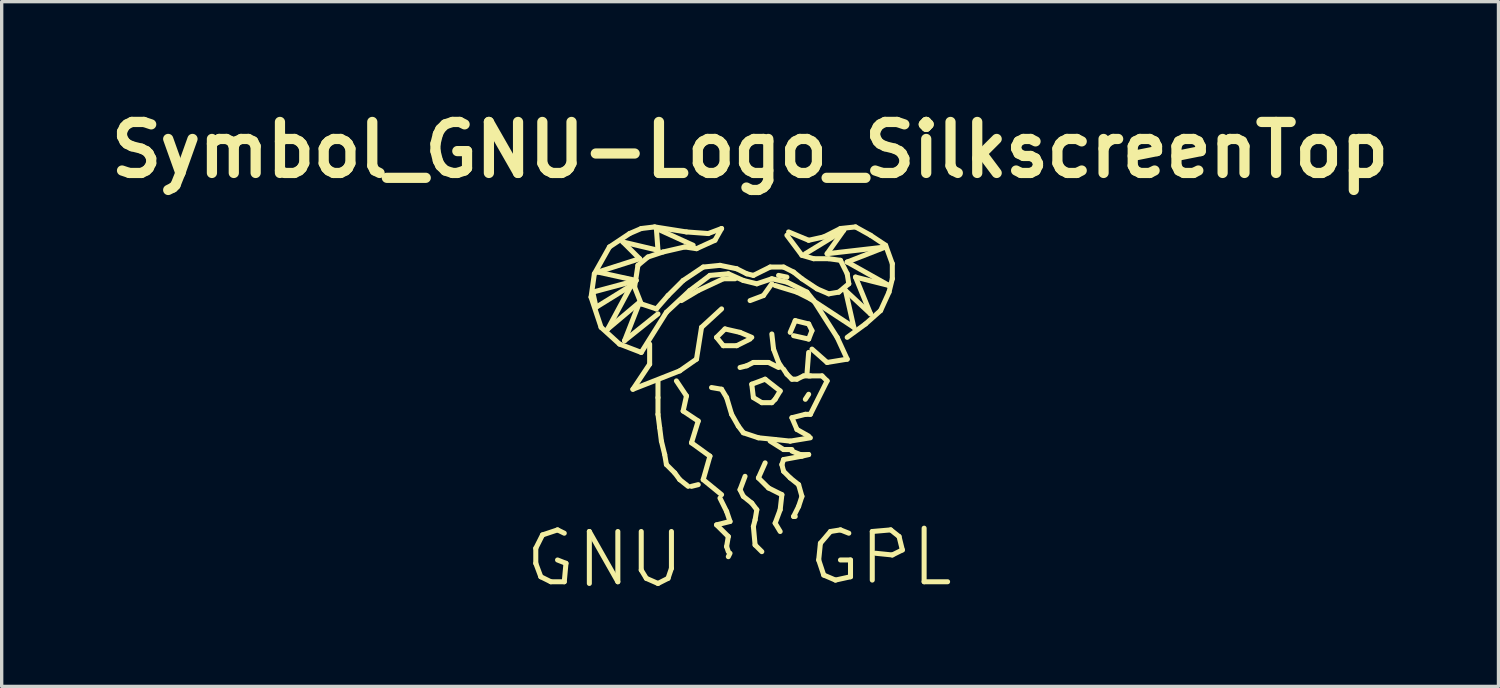
<source format=kicad_pcb>
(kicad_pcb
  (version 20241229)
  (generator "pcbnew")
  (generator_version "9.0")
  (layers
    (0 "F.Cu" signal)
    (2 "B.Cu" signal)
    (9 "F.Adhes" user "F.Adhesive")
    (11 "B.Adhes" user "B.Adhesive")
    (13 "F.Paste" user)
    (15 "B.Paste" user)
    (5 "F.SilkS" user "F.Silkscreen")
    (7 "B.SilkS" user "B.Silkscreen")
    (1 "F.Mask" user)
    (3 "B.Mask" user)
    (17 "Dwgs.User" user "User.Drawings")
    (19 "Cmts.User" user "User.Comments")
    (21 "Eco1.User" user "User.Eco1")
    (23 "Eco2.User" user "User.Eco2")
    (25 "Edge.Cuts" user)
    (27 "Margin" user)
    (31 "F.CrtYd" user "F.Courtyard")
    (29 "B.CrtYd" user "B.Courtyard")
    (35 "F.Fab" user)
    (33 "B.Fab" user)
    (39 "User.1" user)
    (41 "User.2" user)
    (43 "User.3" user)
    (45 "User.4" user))
  (footprint "Symbol_GNU-Logo_SilkscreenTop"
    (layer "F.Cu")
    (at 19.355 7.477)
    (property "Reference" "Symbol_GNU-Logo_SilkscreenTop" (at 0 -6.05 0) (layer "F.SilkS") (effects (font (size 1.524 1.524) (thickness 0.305))))
    (attr through_hole)
    (fp_line (start -6.401 5.85) (end -6.401 6.299) (stroke (width 0.15) (type solid)) (layer "F.SilkS"))
    (fp_line (start -6.401 6.299) (end -6.251 6.701) (stroke (width 0.15) (type solid)) (layer "F.SilkS"))
    (fp_line (start -6.251 6.701) (end -5.951 6.85) (stroke (width 0.15) (type solid)) (layer "F.SilkS"))
    (fp_line (start -6.2 5.451) (end -6.401 5.85) (stroke (width 0.15) (type solid)) (layer "F.SilkS"))
    (fp_line (start -5.951 6.85) (end -5.55 6.85) (stroke (width 0.15) (type solid)) (layer "F.SilkS"))
    (fp_line (start -5.751 5.301) (end -6.2 5.451) (stroke (width 0.15) (type solid)) (layer "F.SilkS"))
    (fp_line (start -5.55 5.4) (end -5.751 5.301) (stroke (width 0.15) (type solid)) (layer "F.SilkS"))
    (fp_line (start -5.55 6.85) (end -5.499 6.299) (stroke (width 0.15) (type solid)) (layer "F.SilkS"))
    (fp_line (start -5.499 6.299) (end -5.751 6.2) (stroke (width 0.15) (type solid)) (layer "F.SilkS"))
    (fp_line (start -4.801 5.349) (end -3.95 6.85) (stroke (width 0.15) (type solid)) (layer "F.SilkS"))
    (fp_line (start -4.801 6.901) (end -4.801 5.349) (stroke (width 0.15) (type solid)) (layer "F.SilkS"))
    (fp_line (start -4.75 -1.651) (end -4.45 -0.749) (stroke (width 0.15) (type solid)) (layer "F.SilkS"))
    (fp_line (start -4.699 -1.801) (end -3.401 -2.149) (stroke (width 0.15) (type solid)) (layer "F.SilkS"))
    (fp_line (start -4.651 -2.349) (end -4.75 -1.651) (stroke (width 0.15) (type solid)) (layer "F.SilkS"))
    (fp_line (start -4.6 -1.349) (end -4.699 -1.801) (stroke (width 0.15) (type solid)) (layer "F.SilkS"))
    (fp_line (start -4.549 -2.4) (end -3.299 -2.799) (stroke (width 0.15) (type solid)) (layer "F.SilkS"))
    (fp_line (start -4.45 -0.749) (end -3.899 -0.249) (stroke (width 0.15) (type solid)) (layer "F.SilkS"))
    (fp_line (start -4.249 -0.701) (end -3.551 -1.999) (stroke (width 0.15) (type solid)) (layer "F.SilkS"))
    (fp_line (start -4.201 -3.15) (end -4.651 -2.349) (stroke (width 0.15) (type solid)) (layer "F.SilkS"))
    (fp_line (start -3.95 6.85) (end -3.95 5.349) (stroke (width 0.15) (type solid)) (layer "F.SilkS"))
    (fp_line (start -3.899 -0.249) (end -3.251 0) (stroke (width 0.15) (type solid)) (layer "F.SilkS"))
    (fp_line (start -3.8 -3.299) (end -2.751 -3.051) (stroke (width 0.15) (type solid)) (layer "F.SilkS"))
    (fp_line (start -3.749 -0.351) (end -3.299 -1.501) (stroke (width 0.15) (type solid)) (layer "F.SilkS"))
    (fp_line (start -3.599 -3.551) (end -4.201 -3.15) (stroke (width 0.15) (type solid)) (layer "F.SilkS"))
    (fp_line (start -3.551 -1.999) (end -4.6 -1.349) (stroke (width 0.15) (type solid)) (layer "F.SilkS"))
    (fp_line (start -3.5 1.1) (end -2.101 0.551) (stroke (width 0.15) (type solid)) (layer "F.SilkS"))
    (fp_line (start -3.449 -1.951) (end -3.35 -2.601) (stroke (width 0.15) (type solid)) (layer "F.SilkS"))
    (fp_line (start -3.401 -2.149) (end -4.549 -2.4) (stroke (width 0.15) (type solid)) (layer "F.SilkS"))
    (fp_line (start -3.35 -2.601) (end -3.051 -2.85) (stroke (width 0.15) (type solid)) (layer "F.SilkS"))
    (fp_line (start -3.299 -2.799) (end -3.8 -3.299) (stroke (width 0.15) (type solid)) (layer "F.SilkS"))
    (fp_line (start -3.299 -1.501) (end -4.249 -0.701) (stroke (width 0.15) (type solid)) (layer "F.SilkS"))
    (fp_line (start -3.251 -3.701) (end -3.599 -3.551) (stroke (width 0.15) (type solid)) (layer "F.SilkS"))
    (fp_line (start -3.251 -1.45) (end -3.449 -1.951) (stroke (width 0.15) (type solid)) (layer "F.SilkS"))
    (fp_line (start -3.251 0) (end -2.499 -1.199) (stroke (width 0.15) (type solid)) (layer "F.SilkS"))
    (fp_line (start -3.251 5.349) (end -3.251 6.5) (stroke (width 0.15) (type solid)) (layer "F.SilkS"))
    (fp_line (start -3.251 6.5) (end -3.099 6.749) (stroke (width 0.15) (type solid)) (layer "F.SilkS"))
    (fp_line (start -3.099 6.749) (end -2.751 6.901) (stroke (width 0.15) (type solid)) (layer "F.SilkS"))
    (fp_line (start -3.051 -2.85) (end -2.601 -3) (stroke (width 0.15) (type solid)) (layer "F.SilkS"))
    (fp_line (start -3 -0.249) (end -3 0.351) (stroke (width 0.15) (type solid)) (layer "F.SilkS"))
    (fp_line (start -3 0.351) (end -3.5 1.1) (stroke (width 0.15) (type solid)) (layer "F.SilkS"))
    (fp_line (start -2.85 -3.749) (end -3.251 -3.701) (stroke (width 0.15) (type solid)) (layer "F.SilkS"))
    (fp_line (start -2.799 -3.701) (end -1.699 -3.2) (stroke (width 0.15) (type solid)) (layer "F.SilkS"))
    (fp_line (start -2.799 -1.3) (end -3.251 -1.45) (stroke (width 0.15) (type solid)) (layer "F.SilkS"))
    (fp_line (start -2.751 -3.051) (end -2.799 -3.701) (stroke (width 0.15) (type solid)) (layer "F.SilkS"))
    (fp_line (start -2.751 -1.151) (end -3.749 -0.351) (stroke (width 0.15) (type solid)) (layer "F.SilkS"))
    (fp_line (start -2.751 1.349) (end -2.751 0.851) (stroke (width 0.15) (type solid)) (layer "F.SilkS"))
    (fp_line (start -2.751 1.849) (end -2.751 1.349) (stroke (width 0.15) (type solid)) (layer "F.SilkS"))
    (fp_line (start -2.751 6.901) (end -2.451 6.749) (stroke (width 0.15) (type solid)) (layer "F.SilkS"))
    (fp_line (start -2.7 2.25) (end -2.751 1.849) (stroke (width 0.15) (type solid)) (layer "F.SilkS"))
    (fp_line (start -2.649 2.649) (end -2.7 2.25) (stroke (width 0.15) (type solid)) (layer "F.SilkS"))
    (fp_line (start -2.601 -3) (end -1.951 -3.15) (stroke (width 0.15) (type solid)) (layer "F.SilkS"))
    (fp_line (start -2.55 3.051) (end -2.649 2.649) (stroke (width 0.15) (type solid)) (layer "F.SilkS"))
    (fp_line (start -2.499 -1.199) (end -1.801 -1.849) (stroke (width 0.15) (type solid)) (layer "F.SilkS"))
    (fp_line (start -2.499 3.35) (end -2.55 3.051) (stroke (width 0.15) (type solid)) (layer "F.SilkS"))
    (fp_line (start -2.451 -1.699) (end -2.799 -1.3) (stroke (width 0.15) (type solid)) (layer "F.SilkS"))
    (fp_line (start -2.451 6.749) (end -2.349 6.449) (stroke (width 0.15) (type solid)) (layer "F.SilkS"))
    (fp_line (start -2.349 6.449) (end -2.349 5.349) (stroke (width 0.15) (type solid)) (layer "F.SilkS"))
    (fp_line (start -2.25 3.599) (end -2.499 3.35) (stroke (width 0.15) (type solid)) (layer "F.SilkS"))
    (fp_line (start -2.2 0.851) (end -1.9 1.3) (stroke (width 0.15) (type solid)) (layer "F.SilkS"))
    (fp_line (start -2.101 0.551) (end -1.6 0.201) (stroke (width 0.15) (type solid)) (layer "F.SilkS"))
    (fp_line (start -2.101 3.8) (end -2.25 3.599) (stroke (width 0.15) (type solid)) (layer "F.SilkS"))
    (fp_line (start -2.05 -1.549) (end -1.549 -1.849) (stroke (width 0.15) (type solid)) (layer "F.SilkS"))
    (fp_line (start -1.999 -2.149) (end -2.451 -1.699) (stroke (width 0.15) (type solid)) (layer "F.SilkS"))
    (fp_line (start -1.999 1.75) (end -1.549 2.05) (stroke (width 0.15) (type solid)) (layer "F.SilkS"))
    (fp_line (start -1.951 -3.15) (end -1.6 -3.099) (stroke (width 0.15) (type solid)) (layer "F.SilkS"))
    (fp_line (start -1.9 -3.599) (end -2.85 -3.749) (stroke (width 0.15) (type solid)) (layer "F.SilkS"))
    (fp_line (start -1.9 1.3) (end -1.999 1.75) (stroke (width 0.15) (type solid)) (layer "F.SilkS"))
    (fp_line (start -1.849 4) (end -2.101 3.8) (stroke (width 0.15) (type solid)) (layer "F.SilkS"))
    (fp_line (start -1.801 -1.849) (end -1.199 -2.301) (stroke (width 0.15) (type solid)) (layer "F.SilkS"))
    (fp_line (start -1.75 2.7) (end -1.199 3.099) (stroke (width 0.15) (type solid)) (layer "F.SilkS"))
    (fp_line (start -1.75 4) (end -1.549 3.95) (stroke (width 0.15) (type solid)) (layer "F.SilkS"))
    (fp_line (start -1.6 -3.099) (end -1.049 -3.35) (stroke (width 0.15) (type solid)) (layer "F.SilkS"))
    (fp_line (start -1.6 0.201) (end -1.45 -0.749) (stroke (width 0.15) (type solid)) (layer "F.SilkS"))
    (fp_line (start -1.549 -1.849) (end -0.8 -2.2) (stroke (width 0.15) (type solid)) (layer "F.SilkS"))
    (fp_line (start -1.549 2.05) (end -1.75 2.7) (stroke (width 0.15) (type solid)) (layer "F.SilkS"))
    (fp_line (start -1.45 -0.749) (end -0.851 -1.3) (stroke (width 0.15) (type solid)) (layer "F.SilkS"))
    (fp_line (start -1.4 -2.55) (end -1.999 -2.149) (stroke (width 0.15) (type solid)) (layer "F.SilkS"))
    (fp_line (start -1.4 3.8) (end -0.851 4.249) (stroke (width 0.15) (type solid)) (layer "F.SilkS"))
    (fp_line (start -1.25 -3.551) (end -1.9 -3.599) (stroke (width 0.15) (type solid)) (layer "F.SilkS"))
    (fp_line (start -1.199 -2.301) (end -0.65 -2.349) (stroke (width 0.15) (type solid)) (layer "F.SilkS"))
    (fp_line (start -1.199 3.099) (end -1.4 3.8) (stroke (width 0.15) (type solid)) (layer "F.SilkS"))
    (fp_line (start -1.049 -3.35) (end -0.851 -3.701) (stroke (width 0.15) (type solid)) (layer "F.SilkS"))
    (fp_line (start -1.001 -0.45) (end -0.8 -0.201) (stroke (width 0.15) (type solid)) (layer "F.SilkS"))
    (fp_line (start -1.001 5.151) (end -0.65 5.499) (stroke (width 0.15) (type solid)) (layer "F.SilkS"))
    (fp_line (start -0.899 -2.601) (end -1.4 -2.55) (stroke (width 0.15) (type solid)) (layer "F.SilkS"))
    (fp_line (start -0.899 4.351) (end -0.701 4.75) (stroke (width 0.15) (type solid)) (layer "F.SilkS"))
    (fp_line (start -0.851 -3.701) (end -1.25 -3.551) (stroke (width 0.15) (type solid)) (layer "F.SilkS"))
    (fp_line (start -0.851 1.1) (end -1.151 1.049) (stroke (width 0.15) (type solid)) (layer "F.SilkS"))
    (fp_line (start -0.8 -2.2) (end -0.45 -2.2) (stroke (width 0.15) (type solid)) (layer "F.SilkS"))
    (fp_line (start -0.8 -0.201) (end -0.399 -0.201) (stroke (width 0.15) (type solid)) (layer "F.SilkS"))
    (fp_line (start -0.749 -0.701) (end -1.001 -0.45) (stroke (width 0.15) (type solid)) (layer "F.SilkS"))
    (fp_line (start -0.701 1.349) (end -0.851 1.1) (stroke (width 0.15) (type solid)) (layer "F.SilkS"))
    (fp_line (start -0.701 4.75) (end -0.599 5.05) (stroke (width 0.15) (type solid)) (layer "F.SilkS"))
    (fp_line (start -0.701 5.799) (end -0.65 5.951) (stroke (width 0.15) (type solid)) (layer "F.SilkS"))
    (fp_line (start -0.65 -2.349) (end -0.201 -2.149) (stroke (width 0.15) (type solid)) (layer "F.SilkS"))
    (fp_line (start -0.65 5.499) (end -0.701 5.799) (stroke (width 0.15) (type solid)) (layer "F.SilkS"))
    (fp_line (start -0.599 5.05) (end -1.001 5.151) (stroke (width 0.15) (type solid)) (layer "F.SilkS"))
    (fp_line (start -0.599 5.999) (end -0.65 6.101) (stroke (width 0.15) (type solid)) (layer "F.SilkS"))
    (fp_line (start -0.551 1.849) (end -0.701 1.349) (stroke (width 0.15) (type solid)) (layer "F.SilkS"))
    (fp_line (start -0.399 -2.499) (end -0.899 -2.601) (stroke (width 0.15) (type solid)) (layer "F.SilkS"))
    (fp_line (start -0.399 -0.201) (end 0 -0.399) (stroke (width 0.15) (type solid)) (layer "F.SilkS"))
    (fp_line (start -0.351 2.2) (end -0.551 1.849) (stroke (width 0.15) (type solid)) (layer "F.SilkS"))
    (fp_line (start -0.3 -0.599) (end -0.749 -0.701) (stroke (width 0.15) (type solid)) (layer "F.SilkS"))
    (fp_line (start -0.3 4.1) (end -0.201 4.3) (stroke (width 0.15) (type solid)) (layer "F.SilkS"))
    (fp_line (start -0.201 -2.149) (end 0.201 -2.05) (stroke (width 0.15) (type solid)) (layer "F.SilkS"))
    (fp_line (start -0.201 2.4) (end -0.351 2.2) (stroke (width 0.15) (type solid)) (layer "F.SilkS"))
    (fp_line (start -0.201 4.3) (end 0.051 4.501) (stroke (width 0.15) (type solid)) (layer "F.SilkS"))
    (fp_line (start -0.15 3.701) (end -0.3 4.1) (stroke (width 0.15) (type solid)) (layer "F.SilkS"))
    (fp_line (start -0.099 -2.349) (end -0.399 -2.499) (stroke (width 0.15) (type solid)) (layer "F.SilkS"))
    (fp_line (start -0.099 0.399) (end -0.3 0.45) (stroke (width 0.15) (type solid)) (layer "F.SilkS"))
    (fp_line (start 0 -1.549) (end 0.399 -1.699) (stroke (width 0.15) (type solid)) (layer "F.SilkS"))
    (fp_line (start 0.051 -0.45) (end -0.3 -0.599) (stroke (width 0.15) (type solid)) (layer "F.SilkS"))
    (fp_line (start 0.051 0.95) (end 0.099 1.349) (stroke (width 0.15) (type solid)) (layer "F.SilkS"))
    (fp_line (start 0.051 4.501) (end 0.201 4.699) (stroke (width 0.15) (type solid)) (layer "F.SilkS"))
    (fp_line (start 0.099 -2.301) (end -0.099 -2.349) (stroke (width 0.15) (type solid)) (layer "F.SilkS"))
    (fp_line (start 0.099 0.3) (end -0.099 0.399) (stroke (width 0.15) (type solid)) (layer "F.SilkS"))
    (fp_line (start 0.099 1.349) (end 0.351 1.501) (stroke (width 0.15) (type solid)) (layer "F.SilkS"))
    (fp_line (start 0.099 5.199) (end 0.15 5.751) (stroke (width 0.15) (type solid)) (layer "F.SilkS"))
    (fp_line (start 0.15 5.001) (end 0.099 5.199) (stroke (width 0.15) (type solid)) (layer "F.SilkS"))
    (fp_line (start 0.15 5.751) (end 0.351 5.951) (stroke (width 0.15) (type solid)) (layer "F.SilkS"))
    (fp_line (start 0.201 -2.05) (end 0.65 -2.2) (stroke (width 0.15) (type solid)) (layer "F.SilkS"))
    (fp_line (start 0.201 4.699) (end 0.15 5.001) (stroke (width 0.15) (type solid)) (layer "F.SilkS"))
    (fp_line (start 0.249 0.3) (end 0.099 0.3) (stroke (width 0.15) (type solid)) (layer "F.SilkS"))
    (fp_line (start 0.249 2.55) (end -0.201 2.4) (stroke (width 0.15) (type solid)) (layer "F.SilkS"))
    (fp_line (start 0.249 3.749) (end 0.551 4.049) (stroke (width 0.15) (type solid)) (layer "F.SilkS"))
    (fp_line (start 0.351 1.501) (end 0.65 1.501) (stroke (width 0.15) (type solid)) (layer "F.SilkS"))
    (fp_line (start 0.399 -1.699) (end 0.65 -2.05) (stroke (width 0.15) (type solid)) (layer "F.SilkS"))
    (fp_line (start 0.45 0.8) (end 0.051 0.95) (stroke (width 0.15) (type solid)) (layer "F.SilkS"))
    (fp_line (start 0.45 3.299) (end 0.249 3.749) (stroke (width 0.15) (type solid)) (layer "F.SilkS"))
    (fp_line (start 0.551 0.3) (end 0.249 0.3) (stroke (width 0.15) (type solid)) (layer "F.SilkS"))
    (fp_line (start 0.551 4.049) (end 0.95 4.249) (stroke (width 0.15) (type solid)) (layer "F.SilkS"))
    (fp_line (start 0.599 -2.55) (end 0.099 -2.301) (stroke (width 0.15) (type solid)) (layer "F.SilkS"))
    (fp_line (start 0.599 2.649) (end 1.001 2.901) (stroke (width 0.15) (type solid)) (layer "F.SilkS"))
    (fp_line (start 0.65 -2.2) (end 1.1 -2.101) (stroke (width 0.15) (type solid)) (layer "F.SilkS"))
    (fp_line (start 0.65 -0.551) (end 0.701 -0.099) (stroke (width 0.15) (type solid)) (layer "F.SilkS"))
    (fp_line (start 0.65 1.501) (end 0.749 1.4) (stroke (width 0.15) (type solid)) (layer "F.SilkS"))
    (fp_line (start 0.701 -0.099) (end 0.851 0.3) (stroke (width 0.15) (type solid)) (layer "F.SilkS"))
    (fp_line (start 0.749 -1.999) (end 1.4 -1.801) (stroke (width 0.15) (type solid)) (layer "F.SilkS"))
    (fp_line (start 0.749 1.4) (end 0.899 1.151) (stroke (width 0.15) (type solid)) (layer "F.SilkS"))
    (fp_line (start 0.749 2.601) (end 0.249 2.55) (stroke (width 0.15) (type solid)) (layer "F.SilkS"))
    (fp_line (start 0.749 5.1) (end 0.899 5.349) (stroke (width 0.15) (type solid)) (layer "F.SilkS"))
    (fp_line (start 0.851 -2.301) (end 1.1 -2.25) (stroke (width 0.15) (type solid)) (layer "F.SilkS"))
    (fp_line (start 0.851 0.3) (end 0.95 0.45) (stroke (width 0.15) (type solid)) (layer "F.SilkS"))
    (fp_line (start 0.851 0.45) (end 0.551 0.3) (stroke (width 0.15) (type solid)) (layer "F.SilkS"))
    (fp_line (start 0.899 1.151) (end 0.45 0.8) (stroke (width 0.15) (type solid)) (layer "F.SilkS"))
    (fp_line (start 0.899 4.699) (end 0.749 5.1) (stroke (width 0.15) (type solid)) (layer "F.SilkS"))
    (fp_line (start 0.95 3.35) (end 1.001 3.551) (stroke (width 0.15) (type solid)) (layer "F.SilkS"))
    (fp_line (start 0.95 4.249) (end 0.899 4.699) (stroke (width 0.15) (type solid)) (layer "F.SilkS"))
    (fp_line (start 1.001 -2.55) (end 0.599 -2.55) (stroke (width 0.15) (type solid)) (layer "F.SilkS"))
    (fp_line (start 1.001 0.5) (end 1.1 0.65) (stroke (width 0.15) (type solid)) (layer "F.SilkS"))
    (fp_line (start 1.001 2.901) (end 1.25 2.901) (stroke (width 0.15) (type solid)) (layer "F.SilkS"))
    (fp_line (start 1.001 3.2) (end 0.95 3.35) (stroke (width 0.15) (type solid)) (layer "F.SilkS"))
    (fp_line (start 1.001 3.551) (end 1.199 3.749) (stroke (width 0.15) (type solid)) (layer "F.SilkS"))
    (fp_line (start 1.1 -3.5) (end 1.549 -2.901) (stroke (width 0.15) (type solid)) (layer "F.SilkS"))
    (fp_line (start 1.1 -2.101) (end 1.699 -1.801) (stroke (width 0.15) (type solid)) (layer "F.SilkS"))
    (fp_line (start 1.1 0.65) (end 1.25 0.8) (stroke (width 0.15) (type solid)) (layer "F.SilkS"))
    (fp_line (start 1.151 -3.599) (end 1.75 -3.35) (stroke (width 0.15) (type solid)) (layer "F.SilkS"))
    (fp_line (start 1.199 -0.599) (end 1.349 -0.95) (stroke (width 0.15) (type solid)) (layer "F.SilkS"))
    (fp_line (start 1.199 2.649) (end 0.749 2.601) (stroke (width 0.15) (type solid)) (layer "F.SilkS"))
    (fp_line (start 1.199 3.749) (end 1.45 3.95) (stroke (width 0.15) (type solid)) (layer "F.SilkS"))
    (fp_line (start 1.25 0.8) (end 1.4 0.8) (stroke (width 0.15) (type solid)) (layer "F.SilkS"))
    (fp_line (start 1.25 1.951) (end 1.4 2.301) (stroke (width 0.15) (type solid)) (layer "F.SilkS"))
    (fp_line (start 1.25 2.949) (end 1.501 3.051) (stroke (width 0.15) (type solid)) (layer "F.SilkS"))
    (fp_line (start 1.3 -2.4) (end 1.001 -2.55) (stroke (width 0.15) (type solid)) (layer "F.SilkS"))
    (fp_line (start 1.3 4.9) (end 1.349 4.9) (stroke (width 0.15) (type solid)) (layer "F.SilkS"))
    (fp_line (start 1.349 -0.95) (end 1.75 -0.851) (stroke (width 0.15) (type solid)) (layer "F.SilkS"))
    (fp_line (start 1.4 -1.801) (end 1.801 -1.6) (stroke (width 0.15) (type solid)) (layer "F.SilkS"))
    (fp_line (start 1.4 0.8) (end 1.6 0.701) (stroke (width 0.15) (type solid)) (layer "F.SilkS"))
    (fp_line (start 1.4 2.301) (end 1.75 2.499) (stroke (width 0.15) (type solid)) (layer "F.SilkS"))
    (fp_line (start 1.45 3.95) (end 1.549 4.3) (stroke (width 0.15) (type solid)) (layer "F.SilkS"))
    (fp_line (start 1.45 4.6) (end 1.3 4.9) (stroke (width 0.15) (type solid)) (layer "F.SilkS"))
    (fp_line (start 1.501 3.051) (end 1.75 3.051) (stroke (width 0.15) (type solid)) (layer "F.SilkS"))
    (fp_line (start 1.549 -2.901) (end 1.9 -2.799) (stroke (width 0.15) (type solid)) (layer "F.SilkS"))
    (fp_line (start 1.549 -2.2) (end 1.3 -2.4) (stroke (width 0.15) (type solid)) (layer "F.SilkS"))
    (fp_line (start 1.549 3.099) (end 1.001 3.2) (stroke (width 0.15) (type solid)) (layer "F.SilkS"))
    (fp_line (start 1.549 4.3) (end 1.45 4.6) (stroke (width 0.15) (type solid)) (layer "F.SilkS"))
    (fp_line (start 1.6 0.701) (end 1.801 0.701) (stroke (width 0.15) (type solid)) (layer "F.SilkS"))
    (fp_line (start 1.651 1.849) (end 1.25 1.951) (stroke (width 0.15) (type solid)) (layer "F.SilkS"))
    (fp_line (start 1.699 -1.801) (end 1.9 -1.549) (stroke (width 0.15) (type solid)) (layer "F.SilkS"))
    (fp_line (start 1.75 -3.35) (end 2.2 -3.449) (stroke (width 0.15) (type solid)) (layer "F.SilkS"))
    (fp_line (start 1.75 -0.851) (end 1.849 -0.65) (stroke (width 0.15) (type solid)) (layer "F.SilkS"))
    (fp_line (start 1.75 -0.399) (end 1.3 -0.5) (stroke (width 0.15) (type solid)) (layer "F.SilkS"))
    (fp_line (start 1.75 0) (end 1.699 0.65) (stroke (width 0.15) (type solid)) (layer "F.SilkS"))
    (fp_line (start 1.75 0.701) (end 2.149 0.701) (stroke (width 0.15) (type solid)) (layer "F.SilkS"))
    (fp_line (start 1.75 1.25) (end 1.651 1.4) (stroke (width 0.15) (type solid)) (layer "F.SilkS"))
    (fp_line (start 1.75 3.051) (end 1.549 3.099) (stroke (width 0.15) (type solid)) (layer "F.SilkS"))
    (fp_line (start 1.801 -1.6) (end 3.099 -0.749) (stroke (width 0.15) (type solid)) (layer "F.SilkS"))
    (fp_line (start 1.801 1.849) (end 1.651 1.849) (stroke (width 0.15) (type solid)) (layer "F.SilkS"))
    (fp_line (start 1.801 2.55) (end 1.199 2.649) (stroke (width 0.15) (type solid)) (layer "F.SilkS"))
    (fp_line (start 1.849 -0.65) (end 1.75 -0.399) (stroke (width 0.15) (type solid)) (layer "F.SilkS"))
    (fp_line (start 1.9 -2.799) (end 2.349 -2.799) (stroke (width 0.15) (type solid)) (layer "F.SilkS"))
    (fp_line (start 1.9 -1.549) (end 2.601 -0.45) (stroke (width 0.15) (type solid)) (layer "F.SilkS"))
    (fp_line (start 1.999 -1.9) (end 1.549 -2.2) (stroke (width 0.15) (type solid)) (layer "F.SilkS"))
    (fp_line (start 2.05 6.2) (end 2.2 6.65) (stroke (width 0.15) (type solid)) (layer "F.SilkS"))
    (fp_line (start 2.101 5.7) (end 2.05 6.2) (stroke (width 0.15) (type solid)) (layer "F.SilkS"))
    (fp_line (start 2.149 0.701) (end 2.301 0.851) (stroke (width 0.15) (type solid)) (layer "F.SilkS"))
    (fp_line (start 2.2 -3.449) (end 2.7 -3.701) (stroke (width 0.15) (type solid)) (layer "F.SilkS"))
    (fp_line (start 2.2 6.65) (end 2.55 6.8) (stroke (width 0.15) (type solid)) (layer "F.SilkS"))
    (fp_line (start 2.301 -2.949) (end 2.799 -3.65) (stroke (width 0.15) (type solid)) (layer "F.SilkS"))
    (fp_line (start 2.301 0.3) (end 1.849 -0.099) (stroke (width 0.15) (type solid)) (layer "F.SilkS"))
    (fp_line (start 2.301 0.851) (end 1.801 1.849) (stroke (width 0.15) (type solid)) (layer "F.SilkS"))
    (fp_line (start 2.349 -2.799) (end 2.7 -2.751) (stroke (width 0.15) (type solid)) (layer "F.SilkS"))
    (fp_line (start 2.349 -1.75) (end 1.999 -1.9) (stroke (width 0.15) (type solid)) (layer "F.SilkS"))
    (fp_line (start 2.4 5.349) (end 2.101 5.7) (stroke (width 0.15) (type solid)) (layer "F.SilkS"))
    (fp_line (start 2.55 6.8) (end 3 6.701) (stroke (width 0.15) (type solid)) (layer "F.SilkS"))
    (fp_line (start 2.601 -0.45) (end 2.901 0.201) (stroke (width 0.15) (type solid)) (layer "F.SilkS"))
    (fp_line (start 2.649 -1.801) (end 2.349 -1.75) (stroke (width 0.15) (type solid)) (layer "F.SilkS"))
    (fp_line (start 2.7 -3.701) (end 3.15 -3.749) (stroke (width 0.15) (type solid)) (layer "F.SilkS"))
    (fp_line (start 2.7 -2.751) (end 2.901 -2.349) (stroke (width 0.15) (type solid)) (layer "F.SilkS"))
    (fp_line (start 2.7 5.301) (end 2.4 5.349) (stroke (width 0.15) (type solid)) (layer "F.SilkS"))
    (fp_line (start 2.799 -3.65) (end 1.651 -2.949) (stroke (width 0.15) (type solid)) (layer "F.SilkS"))
    (fp_line (start 2.85 -1.849) (end 3.599 -1.151) (stroke (width 0.15) (type solid)) (layer "F.SilkS"))
    (fp_line (start 2.901 -2.7) (end 4.049 -3.15) (stroke (width 0.15) (type solid)) (layer "F.SilkS"))
    (fp_line (start 2.901 -2.349) (end 2.949 -2.05) (stroke (width 0.15) (type solid)) (layer "F.SilkS"))
    (fp_line (start 2.901 0.201) (end 2.301 0.3) (stroke (width 0.15) (type solid)) (layer "F.SilkS"))
    (fp_line (start 2.949 -2.05) (end 2.649 -1.801) (stroke (width 0.15) (type solid)) (layer "F.SilkS"))
    (fp_line (start 2.949 5.4) (end 2.7 5.301) (stroke (width 0.15) (type solid)) (layer "F.SilkS"))
    (fp_line (start 3 6.2) (end 2.7 6.2) (stroke (width 0.15) (type solid)) (layer "F.SilkS"))
    (fp_line (start 3 6.701) (end 3 6.2) (stroke (width 0.15) (type solid)) (layer "F.SilkS"))
    (fp_line (start 3.099 -0.749) (end 2.85 -1.849) (stroke (width 0.15) (type solid)) (layer "F.SilkS"))
    (fp_line (start 3.15 -3.749) (end 3.599 -3.5) (stroke (width 0.15) (type solid)) (layer "F.SilkS"))
    (fp_line (start 3.15 -2.25) (end 4.15 -1.999) (stroke (width 0.15) (type solid)) (layer "F.SilkS"))
    (fp_line (start 3.449 -0.851) (end 2.901 -0.45) (stroke (width 0.15) (type solid)) (layer "F.SilkS"))
    (fp_line (start 3.599 -3.5) (end 4.049 -3.2) (stroke (width 0.15) (type solid)) (layer "F.SilkS"))
    (fp_line (start 3.599 -1.151) (end 3.15 -2.25) (stroke (width 0.15) (type solid)) (layer "F.SilkS"))
    (fp_line (start 3.65 5.349) (end 4.201 5.301) (stroke (width 0.15) (type solid)) (layer "F.SilkS"))
    (fp_line (start 3.65 6.8) (end 3.65 5.349) (stroke (width 0.15) (type solid)) (layer "F.SilkS"))
    (fp_line (start 3.899 -1.25) (end 3.449 -0.851) (stroke (width 0.15) (type solid)) (layer "F.SilkS"))
    (fp_line (start 4.049 -3.2) (end 4.249 -2.649) (stroke (width 0.15) (type solid)) (layer "F.SilkS"))
    (fp_line (start 4.049 -3.15) (end 2.301 -2.949) (stroke (width 0.15) (type solid)) (layer "F.SilkS"))
    (fp_line (start 4.15 -1.999) (end 2.901 -2.7) (stroke (width 0.15) (type solid)) (layer "F.SilkS"))
    (fp_line (start 4.15 -1.801) (end 3.899 -1.25) (stroke (width 0.15) (type solid)) (layer "F.SilkS"))
    (fp_line (start 4.201 5.301) (end 4.45 5.499) (stroke (width 0.15) (type solid)) (layer "F.SilkS"))
    (fp_line (start 4.249 -2.649) (end 4.249 -2.2) (stroke (width 0.15) (type solid)) (layer "F.SilkS"))
    (fp_line (start 4.249 -2.2) (end 4.15 -1.801) (stroke (width 0.15) (type solid)) (layer "F.SilkS"))
    (fp_line (start 4.249 6.05) (end 3.749 5.999) (stroke (width 0.15) (type solid)) (layer "F.SilkS"))
    (fp_line (start 4.45 5.499) (end 4.549 5.9) (stroke (width 0.15) (type solid)) (layer "F.SilkS"))
    (fp_line (start 4.549 5.9) (end 4.249 6.05) (stroke (width 0.15) (type solid)) (layer "F.SilkS"))
    (fp_line (start 5.199 5.25) (end 5.199 6.85) (stroke (width 0.15) (type solid)) (layer "F.SilkS"))
    (fp_line (start 5.199 6.85) (end 5.9 6.85) (stroke (width 0.15) (type solid)) (layer "F.SilkS")))
  (gr_rect
    (start -3 -3)
    (end 41.71 17.453)
    (stroke (width 0.1) (type default))
    (fill no)
    (layer "Edge.Cuts")))
</source>
